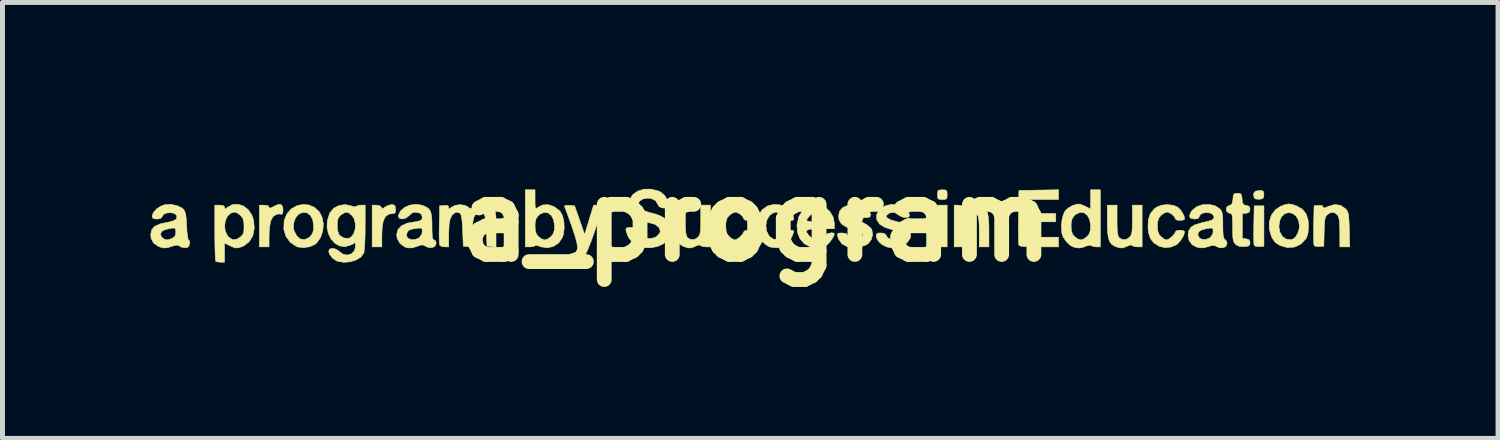
<source format=kicad_pcb>
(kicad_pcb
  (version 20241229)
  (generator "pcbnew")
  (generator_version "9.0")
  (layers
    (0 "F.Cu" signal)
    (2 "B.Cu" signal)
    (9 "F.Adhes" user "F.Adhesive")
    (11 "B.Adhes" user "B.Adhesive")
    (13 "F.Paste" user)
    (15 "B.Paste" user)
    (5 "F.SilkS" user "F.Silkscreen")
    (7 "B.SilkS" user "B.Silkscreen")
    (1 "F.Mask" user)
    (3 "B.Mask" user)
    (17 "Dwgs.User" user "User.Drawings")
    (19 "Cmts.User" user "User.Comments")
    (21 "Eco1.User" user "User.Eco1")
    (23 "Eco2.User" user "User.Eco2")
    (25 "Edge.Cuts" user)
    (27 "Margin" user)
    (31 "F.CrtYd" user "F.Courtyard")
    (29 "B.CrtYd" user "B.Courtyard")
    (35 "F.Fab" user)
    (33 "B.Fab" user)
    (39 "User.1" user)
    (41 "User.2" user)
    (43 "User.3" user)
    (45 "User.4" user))
  (footprint "a_program"
    (layer "F.Cu")
    (at 12.282 1.418)
    (property "Reference" "a_program" (at 0 0 0) (layer "F.SilkS") (effects (font (size 1.524 1.524) (thickness 0.3))))
    (attr through_hole)
    (fp_poly (pts (xy 3.866 0.536) (xy 3.669 0.536) (xy 3.669 -0.31) (xy 3.866 -0.31) (xy 3.866 0.536)) (stroke (width 0.01) (type solid)) (fill yes) (layer "F.SilkS"))
    (fp_poly (pts (xy 10.255 -0.602) (xy 10.282 -0.578) (xy 10.287 -0.522) (xy 10.28 -0.463) (xy 10.247 -0.437) (xy 10.195 -0.429) (xy 10.117 -0.434) (xy 10.087 -0.462) (xy 10.075 -0.542) (xy 10.11 -0.591) (xy 10.189 -0.607) (xy 10.255 -0.602)) (stroke (width 0.01) (type solid)) (fill yes) (layer "F.SilkS"))
    (fp_poly (pts (xy 10.287 0.522) (xy 10.195 0.531) (xy 10.119 0.526) (xy 10.088 0.501) (xy 10.083 0.46) (xy 10.08 0.374) (xy 10.08 0.255) (xy 10.081 0.115) (xy 10.082 0.083) (xy 10.089 -0.296) (xy 10.287 -0.296) (xy 10.287 0.522)) (stroke (width 0.01) (type solid)) (fill yes) (layer "F.SilkS"))
    (fp_poly (pts (xy 3.834 -0.617) (xy 3.861 -0.592) (xy 3.866 -0.53) (xy 3.866 -0.522) (xy 3.862 -0.456) (xy 3.837 -0.429) (xy 3.775 -0.423) (xy 3.768 -0.423) (xy 3.701 -0.428) (xy 3.674 -0.452) (xy 3.669 -0.515) (xy 3.669 -0.522) (xy 3.673 -0.588) (xy 3.698 -0.615) (xy 3.76 -0.621) (xy 3.768 -0.621) (xy 3.834 -0.617)) (stroke (width 0.01) (type solid)) (fill yes) (layer "F.SilkS"))
    (fp_poly (pts (xy -7.348 -0.316) (xy -7.323 -0.286) (xy -7.315 -0.233) (xy -7.315 -0.169) (xy -7.337 -0.144) (xy -7.362 -0.141) (xy -7.454 -0.126) (xy -7.52 -0.077) (xy -7.563 0.011) (xy -7.586 0.143) (xy -7.592 0.295) (xy -7.592 0.536) (xy -7.789 0.536) (xy -7.789 -0.31) (xy -7.704 -0.31) (xy -7.633 -0.297) (xy -7.602 -0.267) (xy -7.584 -0.239) (xy -7.555 -0.251) (xy -7.535 -0.268) (xy -7.47 -0.304) (xy -7.405 -0.319) (xy -7.348 -0.316)) (stroke (width 0.01) (type solid)) (fill yes) (layer "F.SilkS"))
    (fp_poly (pts (xy -9.63 -0.321) (xy -9.6 -0.268) (xy -9.596 -0.211) (xy -9.602 -0.148) (xy -9.618 -0.125) (xy -9.622 -0.126) (xy -9.668 -0.132) (xy -9.724 -0.124) (xy -9.794 -0.083) (xy -9.842 0.003) (xy -9.869 0.136) (xy -9.878 0.31) (xy -9.878 0.536) (xy -10.075 0.536) (xy -10.075 -0.31) (xy -9.977 -0.31) (xy -9.903 -0.301) (xy -9.878 -0.271) (xy -9.878 -0.269) (xy -9.868 -0.248) (xy -9.833 -0.257) (xy -9.779 -0.286) (xy -9.689 -0.326) (xy -9.63 -0.321)) (stroke (width 0.01) (type solid)) (fill yes) (layer "F.SilkS"))
    (fp_poly (pts (xy 6.124 -0.423) (xy 5.532 -0.423) (xy 5.532 -0.141) (xy 6.068 -0.141) (xy 6.068 0.028) (xy 5.532 0.028) (xy 5.532 0.339) (xy 6.124 0.339) (xy 6.124 0.536) (xy 5.728 0.536) (xy 5.559 0.535) (xy 5.44 0.53) (xy 5.364 0.522) (xy 5.326 0.509) (xy 5.318 0.5) (xy 5.314 0.462) (xy 5.312 0.376) (xy 5.31 0.253) (xy 5.31 0.102) (xy 5.312 -0.067) (xy 5.312 -0.071) (xy 5.32 -0.607) (xy 5.722 -0.615) (xy 6.124 -0.622) (xy 6.124 -0.423)) (stroke (width 0.01) (type solid)) (fill yes) (layer "F.SilkS"))
    (fp_poly (pts (xy 4.531 -0.31) (xy 4.601 -0.278) (xy 4.651 -0.23) (xy 4.684 -0.157) (xy 4.703 -0.05) (xy 4.712 0.099) (xy 4.713 0.21) (xy 4.713 0.536) (xy 4.516 0.536) (xy 4.516 0.228) (xy 4.514 0.082) (xy 4.508 -0.018) (xy 4.496 -0.081) (xy 4.477 -0.119) (xy 4.471 -0.125) (xy 4.397 -0.165) (xy 4.316 -0.153) (xy 4.262 -0.113) (xy 4.236 -0.08) (xy 4.219 -0.037) (xy 4.21 0.029) (xy 4.206 0.13) (xy 4.205 0.24) (xy 4.205 0.536) (xy 4.008 0.536) (xy 4.008 -0.31) (xy 4.093 -0.31) (xy 4.164 -0.297) (xy 4.195 -0.267) (xy 4.214 -0.238) (xy 4.246 -0.253) (xy 4.258 -0.264) (xy 4.362 -0.32) (xy 4.482 -0.323) (xy 4.531 -0.31)) (stroke (width 0.01) (type solid)) (fill yes) (layer "F.SilkS"))
    (fp_poly (pts (xy -1.439 -0.002) (xy -1.438 0.144) (xy -1.431 0.244) (xy -1.419 0.307) (xy -1.4 0.345) (xy -1.395 0.351) (xy -1.321 0.391) (xy -1.24 0.379) (xy -1.185 0.339) (xy -1.16 0.306) (xy -1.143 0.263) (xy -1.134 0.197) (xy -1.13 0.095) (xy -1.129 -0.014) (xy -1.129 -0.31) (xy -0.931 -0.31) (xy -0.931 0.536) (xy -1.028 0.536) (xy -1.095 0.528) (xy -1.133 0.509) (xy -1.134 0.506) (xy -1.164 0.496) (xy -1.228 0.52) (xy -1.314 0.556) (xy -1.388 0.557) (xy -1.479 0.526) (xy -1.482 0.525) (xy -1.543 0.489) (xy -1.586 0.436) (xy -1.614 0.358) (xy -1.63 0.246) (xy -1.636 0.089) (xy -1.637 0.013) (xy -1.637 -0.31) (xy -1.439 -0.31) (xy -1.439 -0.002)) (stroke (width 0.01) (type solid)) (fill yes) (layer "F.SilkS"))
    (fp_poly (pts (xy 7.31 -0.002) (xy 7.311 0.144) (xy 7.318 0.244) (xy 7.33 0.307) (xy 7.349 0.345) (xy 7.354 0.351) (xy 7.428 0.391) (xy 7.509 0.379) (xy 7.564 0.339) (xy 7.589 0.306) (xy 7.606 0.263) (xy 7.615 0.197) (xy 7.619 0.095) (xy 7.62 -0.014) (xy 7.62 -0.31) (xy 7.818 -0.31) (xy 7.818 0.536) (xy 7.721 0.536) (xy 7.654 0.528) (xy 7.616 0.509) (xy 7.615 0.506) (xy 7.585 0.496) (xy 7.521 0.52) (xy 7.435 0.556) (xy 7.361 0.557) (xy 7.27 0.526) (xy 7.267 0.525) (xy 7.206 0.489) (xy 7.163 0.436) (xy 7.135 0.358) (xy 7.119 0.246) (xy 7.112 0.089) (xy 7.112 0.013) (xy 7.112 -0.31) (xy 7.31 -0.31) (xy 7.31 -0.002)) (stroke (width 0.01) (type solid)) (fill yes) (layer "F.SilkS"))
    (fp_poly (pts (xy -3.137 -0.305) (xy -3.105 -0.293) (xy -3.104 -0.291) (xy -3.113 -0.259) (xy -3.138 -0.183) (xy -3.177 -0.071) (xy -3.225 0.068) (xy -3.28 0.224) (xy -3.352 0.425) (xy -3.412 0.577) (xy -3.463 0.688) (xy -3.511 0.764) (xy -3.558 0.812) (xy -3.61 0.837) (xy -3.671 0.846) (xy -3.696 0.847) (xy -3.769 0.843) (xy -3.801 0.826) (xy -3.81 0.782) (xy -3.81 0.764) (xy -3.801 0.703) (xy -3.762 0.677) (xy -3.733 0.672) (xy -3.662 0.643) (xy -3.629 0.587) (xy -3.626 0.532) (xy -3.643 0.437) (xy -3.682 0.3) (xy -3.742 0.119) (xy -3.824 -0.11) (xy -3.887 -0.276) (xy -3.884 -0.3) (xy -3.84 -0.308) (xy -3.794 -0.305) (xy -3.685 -0.296) (xy -3.482 0.285) (xy -3.391 -0.013) (xy -3.3 -0.31) (xy -3.202 -0.31) (xy -3.137 -0.305)) (stroke (width 0.01) (type solid)) (fill yes) (layer "F.SilkS"))
    (fp_poly (pts (xy -9.074 -0.314) (xy -8.959 -0.266) (xy -8.864 -0.179) (xy -8.807 -0.076) (xy -8.778 0.067) (xy -8.789 0.214) (xy -8.836 0.35) (xy -8.915 0.458) (xy -8.946 0.484) (xy -9.054 0.533) (xy -9.18 0.552) (xy -9.299 0.537) (xy -9.327 0.526) (xy -9.452 0.44) (xy -9.538 0.319) (xy -9.58 0.173) (xy -9.575 0.061) (xy -9.381 0.061) (xy -9.379 0.178) (xy -9.37 0.212) (xy -9.315 0.317) (xy -9.241 0.377) (xy -9.155 0.388) (xy -9.068 0.347) (xy -9.044 0.326) (xy -8.999 0.267) (xy -8.979 0.195) (xy -8.975 0.113) (xy -8.992 -0.011) (xy -9.04 -0.102) (xy -9.11 -0.155) (xy -9.195 -0.163) (xy -9.277 -0.127) (xy -9.345 -0.048) (xy -9.381 0.061) (xy -9.575 0.061) (xy -9.573 0.012) (xy -9.57 -0.003) (xy -9.516 -0.135) (xy -9.429 -0.234) (xy -9.319 -0.297) (xy -9.197 -0.324) (xy -9.074 -0.314)) (stroke (width 0.01) (type solid)) (fill yes) (layer "F.SilkS"))
    (fp_poly (pts (xy 11.839 -0.307) (xy 11.941 -0.237) (xy 11.943 -0.235) (xy 11.971 -0.201) (xy 11.99 -0.161) (xy 12.002 -0.105) (xy 12.01 -0.02) (xy 12.016 0.104) (xy 12.018 0.186) (xy 12.027 0.536) (xy 11.825 0.536) (xy 11.825 0.246) (xy 11.822 0.096) (xy 11.814 -0.007) (xy 11.797 -0.075) (xy 11.781 -0.107) (xy 11.717 -0.16) (xy 11.641 -0.16) (xy 11.575 -0.12) (xy 11.548 -0.091) (xy 11.53 -0.052) (xy 11.518 0.011) (xy 11.512 0.108) (xy 11.508 0.226) (xy 11.501 0.522) (xy 11.409 0.531) (xy 11.333 0.526) (xy 11.302 0.501) (xy 11.297 0.46) (xy 11.294 0.374) (xy 11.293 0.255) (xy 11.294 0.115) (xy 11.295 0.083) (xy 11.303 -0.296) (xy 11.395 -0.305) (xy 11.463 -0.303) (xy 11.486 -0.277) (xy 11.486 -0.273) (xy 11.495 -0.252) (xy 11.53 -0.257) (xy 11.594 -0.286) (xy 11.721 -0.323) (xy 11.839 -0.307)) (stroke (width 0.01) (type solid)) (fill yes) (layer "F.SilkS"))
    (fp_poly (pts (xy 10.88 -0.319) (xy 10.95 -0.293) (xy 11.068 -0.225) (xy 11.144 -0.13) (xy 11.183 0.000271) (xy 11.19 0.113) (xy 11.181 0.248) (xy 11.155 0.342) (xy 11.138 0.372) (xy 11.035 0.48) (xy 10.907 0.54) (xy 10.764 0.551) (xy 10.618 0.51) (xy 10.521 0.449) (xy 10.457 0.364) (xy 10.442 0.333) (xy 10.396 0.178) (xy 10.396 0.127) (xy 10.59 0.127) (xy 10.611 0.237) (xy 10.662 0.324) (xy 10.736 0.378) (xy 10.828 0.39) (xy 10.878 0.378) (xy 10.932 0.332) (xy 10.977 0.25) (xy 11.004 0.154) (xy 11.007 0.113) (xy 10.988 -0.003) (xy 10.937 -0.09) (xy 10.867 -0.143) (xy 10.787 -0.159) (xy 10.709 -0.137) (xy 10.642 -0.073) (xy 10.607 0.005) (xy 10.59 0.127) (xy 10.396 0.127) (xy 10.396 0.028) (xy 10.438 -0.107) (xy 10.52 -0.217) (xy 10.618 -0.283) (xy 10.719 -0.323) (xy 10.797 -0.335) (xy 10.88 -0.319)) (stroke (width 0.01) (type solid)) (fill yes) (layer "F.SilkS"))
    (fp_poly (pts (xy 0.468 -0.318) (xy 0.585 -0.277) (xy 0.681 -0.203) (xy 0.742 -0.101) (xy 0.749 -0.078) (xy 0.757 -0.026) (xy 0.739 -0.005) (xy 0.679 -0.00003) (xy 0.666 0) (xy 0.6 -0.007) (xy 0.566 -0.024) (xy 0.564 -0.028) (xy 0.542 -0.077) (xy 0.488 -0.128) (xy 0.425 -0.163) (xy 0.394 -0.169) (xy 0.335 -0.15) (xy 0.271 -0.104) (xy 0.267 -0.1) (xy 0.212 -0.009) (xy 0.192 0.105) (xy 0.208 0.22) (xy 0.258 0.316) (xy 0.269 0.328) (xy 0.35 0.382) (xy 0.427 0.38) (xy 0.499 0.323) (xy 0.522 0.29) (xy 0.575 0.225) (xy 0.639 0.201) (xy 0.67 0.199) (xy 0.729 0.199) (xy 0.755 0.211) (xy 0.751 0.249) (xy 0.722 0.324) (xy 0.717 0.336) (xy 0.644 0.45) (xy 0.539 0.525) (xy 0.414 0.556) (xy 0.283 0.54) (xy 0.226 0.516) (xy 0.114 0.429) (xy 0.038 0.31) (xy 0.00037 0.171) (xy 0.003 0.026) (xy 0.047 -0.113) (xy 0.12 -0.219) (xy 0.222 -0.292) (xy 0.342 -0.324) (xy 0.468 -0.318)) (stroke (width 0.01) (type solid)) (fill yes) (layer "F.SilkS"))
    (fp_poly (pts (xy 9.805 -0.546) (xy 9.831 -0.521) (xy 9.842 -0.461) (xy 9.844 -0.432) (xy 9.854 -0.356) (xy 9.876 -0.32) (xy 9.922 -0.306) (xy 9.929 -0.305) (xy 9.986 -0.287) (xy 10.004 -0.239) (xy 10.005 -0.226) (xy 9.992 -0.172) (xy 9.944 -0.149) (xy 9.927 -0.146) (xy 9.85 -0.137) (xy 9.85 0.363) (xy 9.927 0.372) (xy 9.985 0.39) (xy 10.004 0.436) (xy 10.005 0.452) (xy 9.998 0.497) (xy 9.968 0.52) (xy 9.899 0.53) (xy 9.886 0.531) (xy 9.792 0.528) (xy 9.728 0.497) (xy 9.71 0.481) (xy 9.683 0.448) (xy 9.666 0.404) (xy 9.656 0.337) (xy 9.653 0.234) (xy 9.652 0.143) (xy 9.651 0.015) (xy 9.648 -0.067) (xy 9.639 -0.114) (xy 9.623 -0.136) (xy 9.596 -0.145) (xy 9.588 -0.146) (xy 9.538 -0.175) (xy 9.521 -0.226) (xy 9.537 -0.277) (xy 9.587 -0.305) (xy 9.587 -0.305) (xy 9.628 -0.321) (xy 9.649 -0.365) (xy 9.658 -0.432) (xy 9.666 -0.507) (xy 9.686 -0.541) (xy 9.73 -0.55) (xy 9.751 -0.55) (xy 9.805 -0.546)) (stroke (width 0.01) (type solid)) (fill yes) (layer "F.SilkS"))
    (fp_poly (pts (xy 6.971 0.536) (xy 6.888 0.536) (xy 6.823 0.528) (xy 6.788 0.51) (xy 6.753 0.501) (xy 6.685 0.52) (xy 6.675 0.524) (xy 6.601 0.551) (xy 6.541 0.559) (xy 6.464 0.549) (xy 6.442 0.545) (xy 6.361 0.506) (xy 6.282 0.431) (xy 6.219 0.339) (xy 6.192 0.265) (xy 6.182 0.137) (xy 6.183 0.113) (xy 6.378 0.113) (xy 6.385 0.212) (xy 6.41 0.28) (xy 6.447 0.326) (xy 6.512 0.374) (xy 6.573 0.395) (xy 6.576 0.395) (xy 6.636 0.376) (xy 6.7 0.329) (xy 6.704 0.326) (xy 6.749 0.267) (xy 6.769 0.195) (xy 6.773 0.113) (xy 6.756 -0.011) (xy 6.709 -0.101) (xy 6.641 -0.154) (xy 6.56 -0.163) (xy 6.474 -0.124) (xy 6.447 -0.1) (xy 6.403 -0.042) (xy 6.382 0.03) (xy 6.378 0.113) (xy 6.183 0.113) (xy 6.192 0.002) (xy 6.22 -0.117) (xy 6.257 -0.193) (xy 6.32 -0.251) (xy 6.407 -0.301) (xy 6.426 -0.308) (xy 6.502 -0.331) (xy 6.56 -0.33) (xy 6.629 -0.304) (xy 6.657 -0.291) (xy 6.773 -0.233) (xy 6.773 -0.621) (xy 6.971 -0.621) (xy 6.971 0.536)) (stroke (width 0.01) (type solid)) (fill yes) (layer "F.SilkS"))
    (fp_poly (pts (xy -4.487 -0.419) (xy -4.486 -0.316) (xy -4.482 -0.259) (xy -4.47 -0.241) (xy -4.449 -0.251) (xy -4.438 -0.26) (xy -4.336 -0.314) (xy -4.219 -0.32) (xy -4.1 -0.28) (xy -3.989 -0.195) (xy -3.981 -0.186) (xy -3.931 -0.099) (xy -3.902 0.022) (xy -3.896 0.157) (xy -3.913 0.286) (xy -3.932 0.345) (xy -4.006 0.455) (xy -4.112 0.526) (xy -4.237 0.555) (xy -4.369 0.535) (xy -4.396 0.524) (xy -4.455 0.503) (xy -4.486 0.506) (xy -4.487 0.509) (xy -4.512 0.527) (xy -4.573 0.536) (xy -4.586 0.536) (xy -4.685 0.536) (xy -4.685 0.113) (xy -4.487 0.113) (xy -4.481 0.212) (xy -4.456 0.28) (xy -4.418 0.326) (xy -4.354 0.374) (xy -4.293 0.395) (xy -4.29 0.395) (xy -4.23 0.376) (xy -4.165 0.329) (xy -4.161 0.326) (xy -4.117 0.267) (xy -4.096 0.195) (xy -4.092 0.113) (xy -4.11 -0.011) (xy -4.157 -0.101) (xy -4.225 -0.154) (xy -4.306 -0.163) (xy -4.391 -0.124) (xy -4.418 -0.1) (xy -4.463 -0.042) (xy -4.483 0.03) (xy -4.487 0.113) (xy -4.685 0.113) (xy -4.685 -0.621) (xy -4.487 -0.621) (xy -4.487 -0.419)) (stroke (width 0.01) (type solid)) (fill yes) (layer "F.SilkS"))
    (fp_poly (pts (xy -0.292 -0.305) (xy -0.213 -0.271) (xy -0.158 -0.22) (xy -0.109 -0.15) (xy -0.077 -0.079) (xy -0.072 -0.027) (xy -0.075 -0.021) (xy -0.109 -0.005) (xy -0.167 -0.000439) (xy -0.224 -0.007) (xy -0.253 -0.025) (xy -0.254 -0.028) (xy -0.277 -0.077) (xy -0.331 -0.128) (xy -0.394 -0.163) (xy -0.425 -0.169) (xy -0.483 -0.15) (xy -0.548 -0.104) (xy -0.552 -0.1) (xy -0.596 -0.042) (xy -0.617 0.03) (xy -0.621 0.113) (xy -0.614 0.212) (xy -0.59 0.28) (xy -0.552 0.326) (xy -0.492 0.373) (xy -0.441 0.395) (xy -0.437 0.395) (xy -0.388 0.376) (xy -0.328 0.329) (xy -0.277 0.274) (xy -0.254 0.228) (xy -0.254 0.227) (xy -0.23 0.207) (xy -0.176 0.198) (xy -0.117 0.202) (xy -0.076 0.217) (xy -0.073 0.221) (xy -0.075 0.265) (xy -0.104 0.332) (xy -0.152 0.406) (xy -0.206 0.469) (xy -0.226 0.486) (xy -0.339 0.538) (xy -0.467 0.552) (xy -0.579 0.526) (xy -0.692 0.457) (xy -0.764 0.367) (xy -0.802 0.244) (xy -0.812 0.147) (xy -0.805 -0.015) (xy -0.763 -0.139) (xy -0.683 -0.235) (xy -0.633 -0.272) (xy -0.535 -0.31) (xy -0.413 -0.321) (xy -0.292 -0.305)) (stroke (width 0.01) (type solid)) (fill yes) (layer "F.SilkS"))
    (fp_poly (pts (xy 8.456 -0.305) (xy 8.536 -0.271) (xy 8.591 -0.22) (xy 8.639 -0.15) (xy 8.672 -0.079) (xy 8.677 -0.027) (xy 8.674 -0.021) (xy 8.64 -0.005) (xy 8.582 -0.000439) (xy 8.525 -0.007) (xy 8.495 -0.025) (xy 8.495 -0.028) (xy 8.472 -0.077) (xy 8.418 -0.128) (xy 8.355 -0.163) (xy 8.324 -0.169) (xy 8.265 -0.15) (xy 8.201 -0.104) (xy 8.197 -0.1) (xy 8.153 -0.042) (xy 8.132 0.03) (xy 8.128 0.113) (xy 8.135 0.212) (xy 8.159 0.28) (xy 8.197 0.326) (xy 8.257 0.373) (xy 8.308 0.395) (xy 8.311 0.395) (xy 8.361 0.376) (xy 8.421 0.329) (xy 8.472 0.274) (xy 8.495 0.228) (xy 8.495 0.227) (xy 8.518 0.207) (xy 8.573 0.198) (xy 8.632 0.202) (xy 8.673 0.217) (xy 8.675 0.221) (xy 8.674 0.265) (xy 8.645 0.332) (xy 8.597 0.406) (xy 8.543 0.469) (xy 8.522 0.486) (xy 8.409 0.538) (xy 8.282 0.552) (xy 8.17 0.526) (xy 8.057 0.457) (xy 7.985 0.367) (xy 7.947 0.244) (xy 7.937 0.147) (xy 7.944 -0.015) (xy 7.985 -0.139) (xy 8.066 -0.235) (xy 8.116 -0.272) (xy 8.214 -0.31) (xy 8.336 -0.321) (xy 8.456 -0.305)) (stroke (width 0.01) (type solid)) (fill yes) (layer "F.SilkS"))
    (fp_poly (pts (xy -10.401 -0.295) (xy -10.303 -0.221) (xy -10.228 -0.112) (xy -10.192 -0.006) (xy -10.178 0.162) (xy -10.208 0.31) (xy -10.279 0.43) (xy -10.388 0.515) (xy -10.434 0.534) (xy -10.51 0.557) (xy -10.568 0.556) (xy -10.637 0.53) (xy -10.664 0.516) (xy -10.781 0.459) (xy -10.781 0.847) (xy -10.861 0.847) (xy -10.925 0.841) (xy -10.96 0.828) (xy -10.965 0.795) (xy -10.97 0.715) (xy -10.974 0.596) (xy -10.977 0.447) (xy -10.978 0.277) (xy -10.978 0.249) (xy -10.978 0.119) (xy -10.779 0.119) (xy -10.763 0.225) (xy -10.714 0.319) (xy -10.696 0.339) (xy -10.619 0.388) (xy -10.538 0.383) (xy -10.46 0.337) (xy -10.416 0.294) (xy -10.393 0.242) (xy -10.386 0.161) (xy -10.386 0.124) (xy -10.391 0.023) (xy -10.411 -0.044) (xy -10.453 -0.098) (xy -10.455 -0.1) (xy -10.518 -0.148) (xy -10.576 -0.169) (xy -10.579 -0.169) (xy -10.662 -0.145) (xy -10.726 -0.08) (xy -10.766 0.013) (xy -10.779 0.119) (xy -10.978 0.119) (xy -10.978 -0.31) (xy -10.88 -0.31) (xy -10.809 -0.303) (xy -10.782 -0.276) (xy -10.781 -0.264) (xy -10.776 -0.233) (xy -10.751 -0.243) (xy -10.732 -0.259) (xy -10.625 -0.319) (xy -10.512 -0.329) (xy -10.401 -0.295)) (stroke (width 0.01) (type solid)) (fill yes) (layer "F.SilkS"))
    (fp_poly (pts (xy 1.278 -0.318) (xy 1.392 -0.267) (xy 1.488 -0.181) (xy 1.555 -0.069) (xy 1.58 0.057) (xy 1.58 0.061) (xy 1.58 0.169) (xy 1.298 0.169) (xy 1.154 0.172) (xy 1.062 0.183) (xy 1.017 0.205) (xy 1.016 0.241) (xy 1.055 0.294) (xy 1.085 0.326) (xy 1.169 0.384) (xy 1.252 0.386) (xy 1.336 0.331) (xy 1.343 0.325) (xy 1.399 0.286) (xy 1.468 0.26) (xy 1.532 0.25) (xy 1.574 0.26) (xy 1.58 0.275) (xy 1.563 0.324) (xy 1.521 0.392) (xy 1.47 0.458) (xy 1.424 0.501) (xy 1.419 0.504) (xy 1.316 0.538) (xy 1.195 0.55) (xy 1.091 0.536) (xy 0.969 0.471) (xy 0.881 0.369) (xy 0.831 0.238) (xy 0.822 0.089) (xy 0.843 -0.001) (xy 1.016 -0.001) (xy 1.042 0.015) (xy 1.114 0.025) (xy 1.199 0.028) (xy 1.304 0.025) (xy 1.361 0.014) (xy 1.382 -0.006) (xy 1.383 -0.012) (xy 1.361 -0.058) (xy 1.308 -0.11) (xy 1.245 -0.153) (xy 1.194 -0.169) (xy 1.148 -0.15) (xy 1.09 -0.103) (xy 1.039 -0.048) (xy 1.016 -0.003) (xy 1.016 -0.001) (xy 0.843 -0.001) (xy 0.858 -0.07) (xy 0.864 -0.084) (xy 0.942 -0.209) (xy 1.056 -0.292) (xy 1.158 -0.323) (xy 1.278 -0.318)) (stroke (width 0.01) (type solid)) (fill yes) (layer "F.SilkS"))
    (fp_poly (pts (xy 2.868 -0.313) (xy 2.877 -0.311) (xy 2.967 -0.27) (xy 3.045 -0.207) (xy 3.095 -0.136) (xy 3.104 -0.095) (xy 3.082 -0.065) (xy 3.027 -0.057) (xy 2.958 -0.068) (xy 2.895 -0.099) (xy 2.879 -0.113) (xy 2.799 -0.163) (xy 2.715 -0.157) (xy 2.665 -0.127) (xy 2.628 -0.093) (xy 2.634 -0.068) (xy 2.666 -0.042) (xy 2.732 -0.008) (xy 2.818 0.017) (xy 2.826 0.018) (xy 2.964 0.059) (xy 3.063 0.127) (xy 3.119 0.215) (xy 3.127 0.319) (xy 3.116 0.361) (xy 3.057 0.448) (xy 2.959 0.513) (xy 2.838 0.549) (xy 2.709 0.551) (xy 2.642 0.536) (xy 2.546 0.489) (xy 2.471 0.42) (xy 2.43 0.344) (xy 2.427 0.32) (xy 2.436 0.274) (xy 2.473 0.256) (xy 2.523 0.254) (xy 2.595 0.264) (xy 2.629 0.299) (xy 2.633 0.309) (xy 2.669 0.357) (xy 2.734 0.382) (xy 2.811 0.385) (xy 2.882 0.366) (xy 2.927 0.327) (xy 2.935 0.296) (xy 2.919 0.259) (xy 2.866 0.225) (xy 2.768 0.191) (xy 2.685 0.168) (xy 2.591 0.133) (xy 2.511 0.084) (xy 2.494 0.07) (xy 2.44 -0.015) (xy 2.433 -0.102) (xy 2.467 -0.184) (xy 2.535 -0.253) (xy 2.63 -0.303) (xy 2.743 -0.325) (xy 2.868 -0.313)) (stroke (width 0.01) (type solid)) (fill yes) (layer "F.SilkS"))
    (fp_poly (pts (xy 2.098 -0.311) (xy 2.201 -0.269) (xy 2.277 -0.207) (xy 2.313 -0.131) (xy 2.314 -0.114) (xy 2.304 -0.075) (xy 2.262 -0.058) (xy 2.215 -0.056) (xy 2.15 -0.063) (xy 2.118 -0.08) (xy 2.117 -0.084) (xy 2.092 -0.122) (xy 2.033 -0.15) (xy 1.963 -0.161) (xy 1.931 -0.157) (xy 1.872 -0.126) (xy 1.861 -0.081) (xy 1.895 -0.036) (xy 1.968 -0.001) (xy 2.043 0.018) (xy 2.093 0.028) (xy 2.098 0.028) (xy 2.168 0.048) (xy 2.249 0.095) (xy 2.316 0.154) (xy 2.34 0.188) (xy 2.356 0.287) (xy 2.329 0.387) (xy 2.266 0.469) (xy 2.23 0.494) (xy 2.105 0.537) (xy 1.966 0.551) (xy 1.846 0.535) (xy 1.735 0.476) (xy 1.666 0.379) (xy 1.65 0.332) (xy 1.642 0.28) (xy 1.66 0.259) (xy 1.72 0.254) (xy 1.733 0.254) (xy 1.799 0.261) (xy 1.833 0.277) (xy 1.834 0.282) (xy 1.856 0.315) (xy 1.904 0.355) (xy 1.978 0.384) (xy 2.054 0.384) (xy 2.118 0.36) (xy 2.155 0.319) (xy 2.152 0.266) (xy 2.147 0.257) (xy 2.11 0.232) (xy 2.035 0.202) (xy 1.959 0.18) (xy 1.816 0.131) (xy 1.724 0.07) (xy 1.676 -0.009) (xy 1.665 -0.085) (xy 1.685 -0.186) (xy 1.747 -0.259) (xy 1.858 -0.31) (xy 1.866 -0.312) (xy 1.982 -0.327) (xy 2.098 -0.311)) (stroke (width 0.01) (type solid)) (fill yes) (layer "F.SilkS"))
    (fp_poly (pts (xy -5.441 -0.311) (xy -5.342 -0.249) (xy -5.316 -0.22) (xy -5.298 -0.187) (xy -5.286 -0.138) (xy -5.28 -0.063) (xy -5.278 0.049) (xy -5.278 0.176) (xy -5.278 0.54) (xy -5.369 0.531) (xy -5.461 0.522) (xy -5.475 0.201) (xy -5.485 0.039) (xy -5.5 -0.072) (xy -5.524 -0.139) (xy -5.559 -0.168) (xy -5.609 -0.166) (xy -5.652 -0.149) (xy -5.696 -0.118) (xy -5.726 -0.066) (xy -5.745 0.017) (xy -5.755 0.138) (xy -5.757 0.302) (xy -5.757 0.54) (xy -5.849 0.531) (xy -5.941 0.522) (xy -5.955 0.201) (xy -5.963 0.056) (xy -5.972 -0.042) (xy -5.985 -0.103) (xy -6.003 -0.139) (xy -6.018 -0.152) (xy -6.08 -0.168) (xy -6.117 -0.152) (xy -6.172 -0.102) (xy -6.208 -0.027) (xy -6.229 0.084) (xy -6.236 0.238) (xy -6.237 0.275) (xy -6.237 0.536) (xy -6.323 0.536) (xy -6.387 0.525) (xy -6.422 0.5) (xy -6.427 0.459) (xy -6.43 0.374) (xy -6.431 0.255) (xy -6.429 0.115) (xy -6.428 0.083) (xy -6.421 -0.296) (xy -6.329 -0.305) (xy -6.264 -0.305) (xy -6.239 -0.281) (xy -6.237 -0.266) (xy -6.233 -0.234) (xy -6.212 -0.241) (xy -6.182 -0.267) (xy -6.104 -0.307) (xy -6.004 -0.32) (xy -5.908 -0.306) (xy -5.85 -0.275) (xy -5.813 -0.247) (xy -5.776 -0.243) (xy -5.72 -0.266) (xy -5.685 -0.284) (xy -5.557 -0.325) (xy -5.441 -0.311)) (stroke (width 0.01) (type solid)) (fill yes) (layer "F.SilkS"))
    (fp_poly (pts (xy -8.228 -0.299) (xy -8.156 -0.277) (xy -8.115 -0.281) (xy -8.113 -0.284) (xy -8.076 -0.303) (xy -8.013 -0.31) (xy -7.93 -0.31) (xy -7.93 0.139) (xy -7.932 0.298) (xy -7.937 0.442) (xy -7.944 0.56) (xy -7.953 0.638) (xy -7.958 0.661) (xy -8.016 0.741) (xy -8.113 0.801) (xy -8.235 0.839) (xy -8.365 0.849) (xy -8.489 0.828) (xy -8.509 0.82) (xy -8.592 0.764) (xy -8.652 0.684) (xy -8.669 0.635) (xy -8.657 0.587) (xy -8.611 0.566) (xy -8.547 0.573) (xy -8.48 0.608) (xy -8.452 0.633) (xy -8.372 0.688) (xy -8.284 0.701) (xy -8.205 0.675) (xy -8.148 0.616) (xy -8.128 0.534) (xy -8.128 0.45) (xy -8.217 0.496) (xy -8.335 0.532) (xy -8.445 0.518) (xy -8.542 0.465) (xy -8.621 0.378) (xy -8.676 0.267) (xy -8.704 0.138) (xy -8.702 0.101) (xy -8.495 0.101) (xy -8.488 0.208) (xy -8.465 0.277) (xy -8.438 0.31) (xy -8.362 0.356) (xy -8.277 0.364) (xy -8.224 0.345) (xy -8.165 0.275) (xy -8.133 0.174) (xy -8.13 0.063) (xy -8.157 -0.04) (xy -8.197 -0.1) (xy -8.268 -0.156) (xy -8.331 -0.163) (xy -8.405 -0.123) (xy -8.421 -0.111) (xy -8.465 -0.067) (xy -8.487 -0.015) (xy -8.495 0.067) (xy -8.495 0.101) (xy -8.702 0.101) (xy -8.697 0.001) (xy -8.652 -0.138) (xy -8.642 -0.159) (xy -8.564 -0.249) (xy -8.455 -0.305) (xy -8.332 -0.321) (xy -8.228 -0.299)) (stroke (width 0.01) (type solid)) (fill yes) (layer "F.SilkS"))
    (fp_poly (pts (xy -1.986 -0.596) (xy -1.941 -0.575) (xy -1.862 -0.509) (xy -1.803 -0.414) (xy -1.778 -0.315) (xy -1.778 -0.312) (xy -1.8 -0.27) (xy -1.854 -0.25) (xy -1.917 -0.254) (xy -1.971 -0.281) (xy -1.99 -0.31) (xy -2.042 -0.399) (xy -2.129 -0.444) (xy -2.201 -0.452) (xy -2.3 -0.435) (xy -2.37 -0.391) (xy -2.399 -0.329) (xy -2.399 -0.325) (xy -2.372 -0.262) (xy -2.297 -0.207) (xy -2.193 -0.168) (xy -2.055 -0.131) (xy -1.96 -0.098) (xy -1.894 -0.063) (xy -1.844 -0.021) (xy -1.821 0.004) (xy -1.767 0.106) (xy -1.749 0.226) (xy -1.769 0.341) (xy -1.796 0.392) (xy -1.884 0.473) (xy -2.007 0.529) (xy -2.149 0.556) (xy -2.293 0.55) (xy -2.345 0.537) (xy -2.483 0.471) (xy -2.578 0.368) (xy -2.608 0.308) (xy -2.641 0.218) (xy -2.646 0.168) (xy -2.618 0.146) (xy -2.553 0.141) (xy -2.54 0.141) (xy -2.465 0.146) (xy -2.432 0.166) (xy -2.427 0.193) (xy -2.402 0.266) (xy -2.338 0.322) (xy -2.249 0.358) (xy -2.151 0.367) (xy -2.059 0.347) (xy -2.004 0.31) (xy -1.962 0.259) (xy -1.947 0.224) (xy -1.973 0.147) (xy -2.038 0.089) (xy -2.081 0.072) (xy -2.269 0.021) (xy -2.408 -0.03) (xy -2.503 -0.085) (xy -2.562 -0.149) (xy -2.591 -0.228) (xy -2.596 -0.298) (xy -2.572 -0.424) (xy -2.504 -0.525) (xy -2.403 -0.596) (xy -2.277 -0.634) (xy -2.135 -0.635) (xy -1.986 -0.596)) (stroke (width 0.01) (type solid)) (fill yes) (layer "F.SilkS"))
    (fp_poly (pts (xy -6.794 -0.312) (xy -6.703 -0.279) (xy -6.641 -0.237) (xy -6.603 -0.177) (xy -6.583 -0.087) (xy -6.576 0.045) (xy -6.576 0.113) (xy -6.574 0.244) (xy -6.569 0.329) (xy -6.559 0.376) (xy -6.542 0.394) (xy -6.533 0.395) (xy -6.499 0.419) (xy -6.491 0.463) (xy -6.514 0.521) (xy -6.572 0.552) (xy -6.647 0.549) (xy -6.704 0.524) (xy -6.754 0.498) (xy -6.804 0.499) (xy -6.869 0.523) (xy -6.978 0.557) (xy -7.069 0.556) (xy -7.126 0.538) (xy -7.222 0.47) (xy -7.28 0.37) (xy -7.289 0.313) (xy -7.093 0.313) (xy -7.062 0.361) (xy -7.002 0.388) (xy -6.925 0.388) (xy -6.845 0.357) (xy -6.836 0.351) (xy -6.783 0.282) (xy -6.773 0.226) (xy -6.777 0.174) (xy -6.801 0.154) (xy -6.859 0.157) (xy -6.879 0.159) (xy -6.974 0.175) (xy -7.029 0.191) (xy -7.061 0.218) (xy -7.082 0.25) (xy -7.093 0.313) (xy -7.289 0.313) (xy -7.293 0.291) (xy -7.267 0.187) (xy -7.193 0.107) (xy -7.075 0.055) (xy -7.007 0.042) (xy -6.892 0.024) (xy -6.822 0.007) (xy -6.786 -0.016) (xy -6.774 -0.05) (xy -6.773 -0.069) (xy -6.795 -0.13) (xy -6.837 -0.152) (xy -6.921 -0.167) (xy -6.98 -0.151) (xy -7.04 -0.098) (xy -7.041 -0.097) (xy -7.105 -0.049) (xy -7.172 -0.03) (xy -7.229 -0.038) (xy -7.258 -0.074) (xy -7.258 -0.099) (xy -7.216 -0.19) (xy -7.133 -0.263) (xy -7.023 -0.311) (xy -6.899 -0.327) (xy -6.794 -0.312)) (stroke (width 0.01) (type solid)) (fill yes) (layer "F.SilkS"))
    (fp_poly (pts (xy 9.295 -0.298) (xy 9.389 -0.237) (xy 9.42 -0.201) (xy 9.439 -0.159) (xy 9.45 -0.098) (xy 9.454 -0.003) (xy 9.454 0.098) (xy 9.456 0.23) (xy 9.463 0.315) (xy 9.475 0.363) (xy 9.495 0.384) (xy 9.497 0.385) (xy 9.53 0.423) (xy 9.539 0.468) (xy 9.516 0.526) (xy 9.459 0.556) (xy 9.383 0.553) (xy 9.334 0.531) (xy 9.279 0.507) (xy 9.217 0.512) (xy 9.172 0.526) (xy 9.076 0.554) (xy 8.997 0.556) (xy 8.932 0.544) (xy 8.834 0.494) (xy 8.769 0.406) (xy 8.749 0.309) (xy 8.753 0.282) (xy 8.946 0.282) (xy 8.97 0.346) (xy 9.028 0.382) (xy 9.107 0.387) (xy 9.189 0.355) (xy 9.194 0.351) (xy 9.247 0.282) (xy 9.257 0.226) (xy 9.253 0.174) (xy 9.23 0.154) (xy 9.172 0.158) (xy 9.151 0.161) (xy 9.035 0.188) (xy 8.969 0.226) (xy 8.946 0.279) (xy 8.946 0.282) (xy 8.753 0.282) (xy 8.762 0.21) (xy 8.808 0.138) (xy 8.893 0.086) (xy 9.026 0.047) (xy 9.042 0.044) (xy 9.164 0.015) (xy 9.238 -0.011) (xy 9.272 -0.041) (xy 9.274 -0.078) (xy 9.269 -0.094) (xy 9.227 -0.139) (xy 9.159 -0.159) (xy 9.082 -0.157) (xy 9.016 -0.133) (xy 8.978 -0.09) (xy 8.975 -0.071) (xy 8.954 -0.04) (xy 8.888 -0.028) (xy 8.876 -0.028) (xy 8.802 -0.043) (xy 8.776 -0.085) (xy 8.799 -0.154) (xy 8.835 -0.207) (xy 8.925 -0.279) (xy 9.043 -0.319) (xy 9.172 -0.325) (xy 9.295 -0.298)) (stroke (width 0.01) (type solid)) (fill yes) (layer "F.SilkS"))
    (fp_poly (pts (xy -11.742 -0.3) (xy -11.642 -0.251) (xy -11.612 -0.224) (xy -11.586 -0.184) (xy -11.568 -0.124) (xy -11.556 -0.032) (xy -11.548 0.104) (xy -11.548 0.115) (xy -11.541 0.233) (xy -11.53 0.326) (xy -11.519 0.383) (xy -11.511 0.395) (xy -11.489 0.417) (xy -11.488 0.465) (xy -11.503 0.517) (xy -11.533 0.548) (xy -11.597 0.554) (xy -11.668 0.537) (xy -11.713 0.505) (xy -11.746 0.5) (xy -11.812 0.513) (xy -11.84 0.522) (xy -11.938 0.553) (xy -12.01 0.559) (xy -12.082 0.541) (xy -12.126 0.523) (xy -12.221 0.458) (xy -12.269 0.363) (xy -12.277 0.287) (xy -12.276 0.282) (xy -12.079 0.282) (xy -12.055 0.34) (xy -11.995 0.383) (xy -11.946 0.394) (xy -11.897 0.384) (xy -11.841 0.362) (xy -11.787 0.323) (xy -11.769 0.257) (xy -11.769 0.237) (xy -11.772 0.177) (xy -11.793 0.155) (xy -11.847 0.157) (xy -11.874 0.161) (xy -11.991 0.188) (xy -12.057 0.226) (xy -12.079 0.279) (xy -12.079 0.282) (xy -12.276 0.282) (xy -12.257 0.19) (xy -12.197 0.12) (xy -12.089 0.071) (xy -12.009 0.053) (xy -11.885 0.028) (xy -11.807 0.003) (xy -11.764 -0.025) (xy -11.746 -0.062) (xy -11.746 -0.065) (xy -11.759 -0.113) (xy -11.809 -0.145) (xy -11.879 -0.157) (xy -11.953 -0.151) (xy -12.014 -0.124) (xy -12.043 -0.082) (xy -12.072 -0.042) (xy -12.14 -0.028) (xy -12.153 -0.028) (xy -12.219 -0.035) (xy -12.246 -0.061) (xy -12.248 -0.087) (xy -12.224 -0.158) (xy -12.161 -0.23) (xy -12.075 -0.289) (xy -11.987 -0.321) (xy -11.865 -0.326) (xy -11.742 -0.3)) (stroke (width 0.01) (type solid)) (fill yes) (layer "F.SilkS")))
  (gr_rect
    (start -3 -3)
    (end 27.314 5.836)
    (stroke (width 0.1) (type default))
    (fill no)
    (layer "Edge.Cuts")))
</source>
